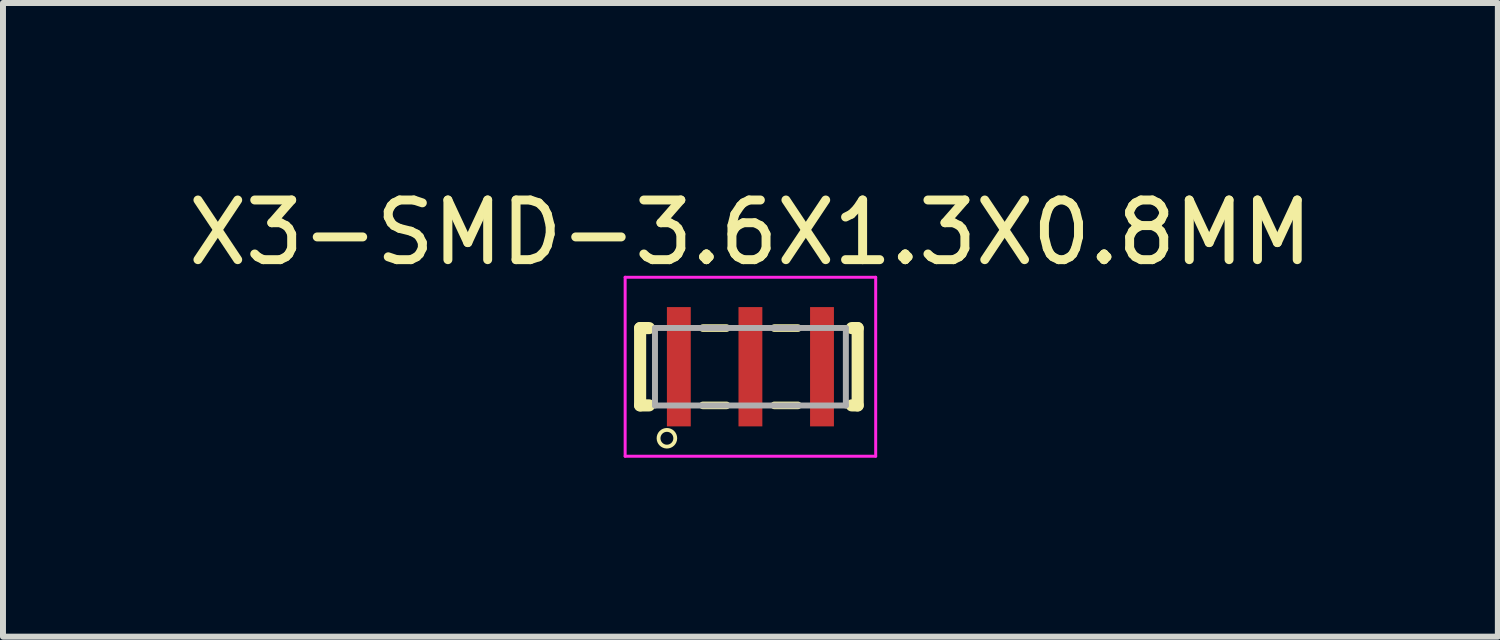
<source format=kicad_pcb>
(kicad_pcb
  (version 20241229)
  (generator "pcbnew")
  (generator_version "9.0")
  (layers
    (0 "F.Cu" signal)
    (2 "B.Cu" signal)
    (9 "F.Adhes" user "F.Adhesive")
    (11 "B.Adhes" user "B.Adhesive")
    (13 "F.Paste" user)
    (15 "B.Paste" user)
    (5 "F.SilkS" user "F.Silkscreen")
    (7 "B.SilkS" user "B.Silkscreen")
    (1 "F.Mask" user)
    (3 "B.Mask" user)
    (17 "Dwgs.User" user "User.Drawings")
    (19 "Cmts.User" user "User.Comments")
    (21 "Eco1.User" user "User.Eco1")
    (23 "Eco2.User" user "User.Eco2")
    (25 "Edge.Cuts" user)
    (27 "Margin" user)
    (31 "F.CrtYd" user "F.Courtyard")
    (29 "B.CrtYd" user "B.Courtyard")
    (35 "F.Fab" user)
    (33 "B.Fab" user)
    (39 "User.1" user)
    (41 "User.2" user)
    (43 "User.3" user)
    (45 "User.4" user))
  (footprint "X3-SMD-3.6X1.3X0.8MM"
    (layer "F.Cu")
    (at 9.53 3.098)
    (property "Reference" "X3-SMD-3.6X1.3X0.8MM" (at 0 -2.25 0) (layer "F.SilkS") (effects (font (size 1 1) (thickness 0.15))))
    (attr smd)
    (fp_line (start -1.849 -0.648) (end -1.699 -0.648) (stroke (width 0.203) (type solid)) (layer "F.SilkS"))
    (fp_line (start -1.849 0.648) (end -1.849 -0.648) (stroke (width 0.203) (type solid)) (layer "F.SilkS"))
    (fp_line (start -1.699 0.648) (end -1.849 0.648) (stroke (width 0.203) (type solid)) (layer "F.SilkS"))
    (fp_line (start -0.798 -0.648) (end -0.399 -0.648) (stroke (width 0.127) (type solid)) (layer "F.SilkS"))
    (fp_line (start -0.798 0.648) (end -0.399 0.648) (stroke (width 0.127) (type solid)) (layer "F.SilkS"))
    (fp_line (start 0.399 -0.648) (end 0.798 -0.648) (stroke (width 0.127) (type solid)) (layer "F.SilkS"))
    (fp_line (start 0.399 0.648) (end 0.798 0.648) (stroke (width 0.127) (type solid)) (layer "F.SilkS"))
    (fp_line (start 1.699 -0.648) (end 1.798 -0.648) (stroke (width 0.203) (type solid)) (layer "F.SilkS"))
    (fp_line (start 1.798 -0.648) (end 1.798 0.648) (stroke (width 0.203) (type solid)) (layer "F.SilkS"))
    (fp_line (start 1.798 0.648) (end 1.699 0.648) (stroke (width 0.203) (type solid)) (layer "F.SilkS"))
    (fp_circle (center -1.4 1.199) (end -1.499 1.298) (stroke (width 0.064) (type solid)) (fill no) (layer "F.SilkS"))
    (fp_line (start -2.1 -1.5) (end 2.1 -1.5) (stroke (width 0.05) (type solid)) (layer "F.CrtYd"))
    (fp_line (start -2.1 1.5) (end -2.1 -1.5) (stroke (width 0.05) (type solid)) (layer "F.CrtYd"))
    (fp_line (start 2.1 -1.5) (end 2.1 1.5) (stroke (width 0.05) (type solid)) (layer "F.CrtYd"))
    (fp_line (start 2.1 1.5) (end -2.1 1.5) (stroke (width 0.05) (type solid)) (layer "F.CrtYd"))
    (fp_line (start -1.6 -0.65) (end 1.6 -0.65) (stroke (width 0.1) (type solid)) (layer "F.Fab"))
    (fp_line (start -1.6 0.65) (end -1.6 -0.65) (stroke (width 0.1) (type solid)) (layer "F.Fab"))
    (fp_line (start 1.6 -0.65) (end 1.6 0.65) (stroke (width 0.1) (type solid)) (layer "F.Fab"))
    (fp_line (start 1.6 0.65) (end -1.6 0.65) (stroke (width 0.1) (type solid)) (layer "F.Fab"))
    (pad "1" smd rect (at -1.2 0) (size 0.4 2) (layers "F.Cu" "F.Mask" "F.Paste"))
    (pad "2" smd rect (at 0 0) (size 0.4 2) (layers "F.Cu" "F.Mask" "F.Paste"))
    (pad "3" smd rect (at 1.2 0) (size 0.4 2) (layers "F.Cu" "F.Mask" "F.Paste")))
  (gr_rect
    (start -3 -3)
    (end 22.06 7.623)
    (stroke (width 0.1) (type default))
    (fill no)
    (layer "Edge.Cuts")))
</source>
